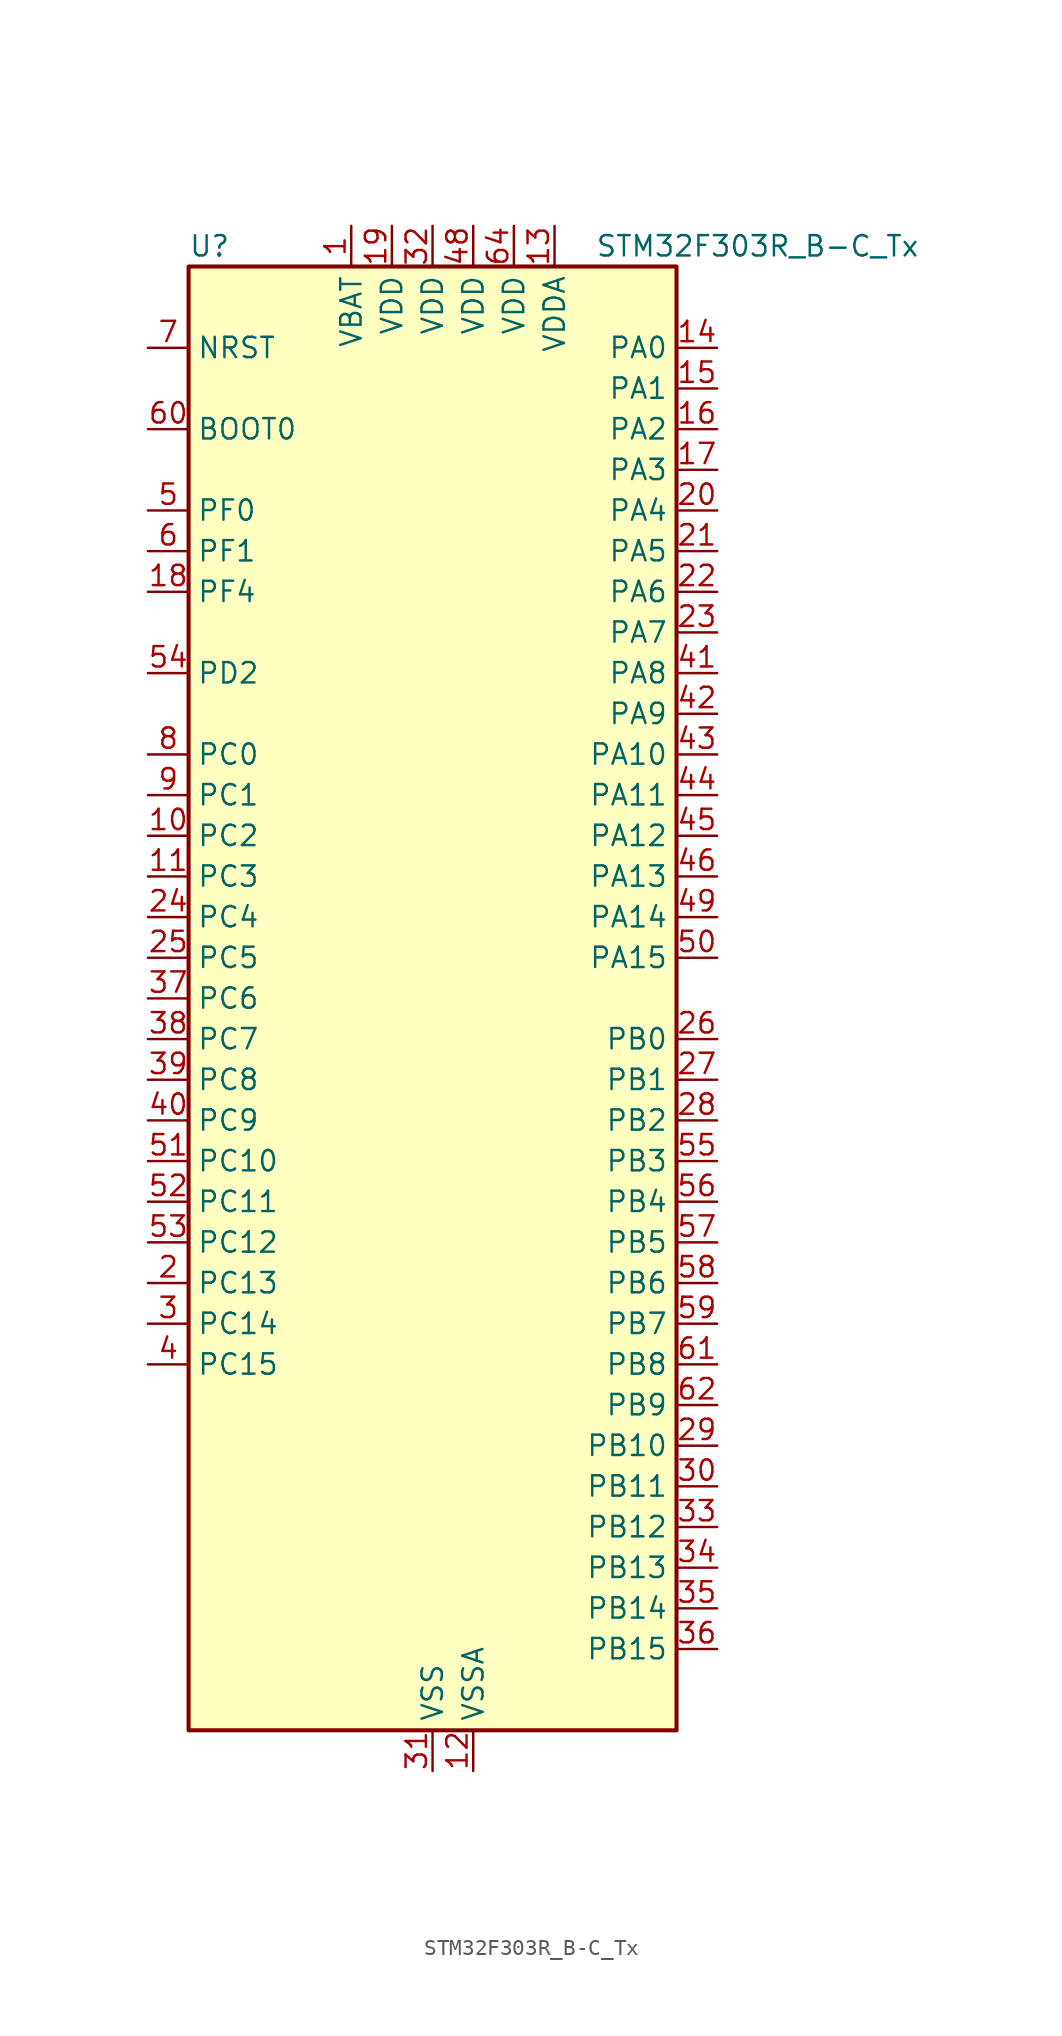
<source format=kicad_sym>
(kicad_symbol_lib
  (version 20241209)
  (generator "kicad_symbol_editor")
  (generator_version "9.0")
  (symbol "STM32F303R_B-C_Tx"
    (property "Reference" "U"
      (at -15.24 46.99 0)
      (effects (font (size 1.27 1.27)) (justify left)))
    (property "Value" "STM32F303R_B-C_Tx"
      (at 10.16 46.99 0)
      (effects (font (size 1.27 1.27)) (justify left)))
    (symbol "STM32F303R_B-C_Tx_0_1"
      (rectangle (start -15.24 -45.72) (end 15.24 45.72) (stroke (width 0.254) (type default)) (fill (type background))))
    (symbol "STM32F303R_B-C_Tx_1_1"
      (pin input line (at -17.78 40.64 0) (length 2.54) (name "NRST" (effects (font (size 1.27 1.27)))) (number "7" (effects (font (size 1.27 1.27)))))
      (pin input line (at -17.78 35.56 0) (length 2.54) (name "BOOT0" (effects (font (size 1.27 1.27)))) (number "60" (effects (font (size 1.27 1.27)))))
      (pin bidirectional line (at -17.78 30.48 0) (length 2.54) (name "PF0" (effects (font (size 1.27 1.27)))) (number "5" (effects (font (size 1.27 1.27)))) (alternate "I2C2_SDA" bidirectional line) (alternate "RCC_OSC_IN" bidirectional line) (alternate "TIM1_CH3N" bidirectional line))
      (pin bidirectional line (at -17.78 27.94 0) (length 2.54) (name "PF1" (effects (font (size 1.27 1.27)))) (number "6" (effects (font (size 1.27 1.27)))) (alternate "I2C2_SCL" bidirectional line) (alternate "RCC_OSC_OUT" bidirectional line))
      (pin bidirectional line (at -17.78 25.4 0) (length 2.54) (name "PF4" (effects (font (size 1.27 1.27)))) (number "18" (effects (font (size 1.27 1.27)))) (alternate "ADC1_IN5" bidirectional line) (alternate "COMP1_OUT" bidirectional line))
      (pin bidirectional line (at -17.78 20.32 0) (length 2.54) (name "PD2" (effects (font (size 1.27 1.27)))) (number "54" (effects (font (size 1.27 1.27)))) (alternate "ADC3_EXTI2" bidirectional line) (alternate "ADC4_EXTI2" bidirectional line) (alternate "TIM3_ETR" bidirectional line) (alternate "TIM8_BKIN" bidirectional line) (alternate "UART5_RX" bidirectional line))
      (pin bidirectional line (at -17.78 15.24 0) (length 2.54) (name "PC0" (effects (font (size 1.27 1.27)))) (number "8" (effects (font (size 1.27 1.27)))) (alternate "ADC1_IN6" bidirectional line) (alternate "ADC2_IN6" bidirectional line) (alternate "COMP7_INM" bidirectional line))
      (pin bidirectional line (at -17.78 12.7 0) (length 2.54) (name "PC1" (effects (font (size 1.27 1.27)))) (number "9" (effects (font (size 1.27 1.27)))) (alternate "ADC1_IN7" bidirectional line) (alternate "ADC2_IN7" bidirectional line) (alternate "COMP7_INP" bidirectional line))
      (pin bidirectional line (at -17.78 10.16 0) (length 2.54) (name "PC2" (effects (font (size 1.27 1.27)))) (number "10" (effects (font (size 1.27 1.27)))) (alternate "ADC1_IN8" bidirectional line) (alternate "ADC2_IN8" bidirectional line) (alternate "ADC3_EXTI2" bidirectional line) (alternate "ADC4_EXTI2" bidirectional line) (alternate "COMP7_OUT" bidirectional line))
      (pin bidirectional line (at -17.78 7.62 0) (length 2.54) (name "PC3" (effects (font (size 1.27 1.27)))) (number "11" (effects (font (size 1.27 1.27)))) (alternate "ADC1_IN9" bidirectional line) (alternate "ADC2_IN9" bidirectional line) (alternate "TIM1_BKIN2" bidirectional line))
      (pin bidirectional line (at -17.78 5.08 0) (length 2.54) (name "PC4" (effects (font (size 1.27 1.27)))) (number "24" (effects (font (size 1.27 1.27)))) (alternate "ADC2_IN5" bidirectional line) (alternate "USART1_TX" bidirectional line))
      (pin bidirectional line (at -17.78 2.54 0) (length 2.54) (name "PC5" (effects (font (size 1.27 1.27)))) (number "25" (effects (font (size 1.27 1.27)))) (alternate "ADC2_IN11" bidirectional line) (alternate "OPAMP1_VINM" bidirectional line) (alternate "OPAMP1_VINM_SEC" bidirectional line) (alternate "OPAMP2_VINM" bidirectional line) (alternate "OPAMP2_VINM_SEC" bidirectional line) (alternate "TSC_G3_IO1" bidirectional line) (alternate "USART1_RX" bidirectional line))
      (pin bidirectional line (at -17.78 0 0) (length 2.54) (name "PC6" (effects (font (size 1.27 1.27)))) (number "37" (effects (font (size 1.27 1.27)))) (alternate "COMP6_OUT" bidirectional line) (alternate "I2S2_MCK" bidirectional line) (alternate "TIM3_CH1" bidirectional line) (alternate "TIM8_CH1" bidirectional line))
      (pin bidirectional line (at -17.78 -2.54 0) (length 2.54) (name "PC7" (effects (font (size 1.27 1.27)))) (number "38" (effects (font (size 1.27 1.27)))) (alternate "COMP5_OUT" bidirectional line) (alternate "I2S3_MCK" bidirectional line) (alternate "TIM3_CH2" bidirectional line) (alternate "TIM8_CH2" bidirectional line))
      (pin bidirectional line (at -17.78 -5.08 0) (length 2.54) (name "PC8" (effects (font (size 1.27 1.27)))) (number "39" (effects (font (size 1.27 1.27)))) (alternate "COMP3_OUT" bidirectional line) (alternate "TIM3_CH3" bidirectional line) (alternate "TIM8_CH3" bidirectional line))
      (pin bidirectional line (at -17.78 -7.62 0) (length 2.54) (name "PC9" (effects (font (size 1.27 1.27)))) (number "40" (effects (font (size 1.27 1.27)))) (alternate "DAC_EXTI9" bidirectional line) (alternate "I2S_CKIN" bidirectional line) (alternate "TIM3_CH4" bidirectional line) (alternate "TIM8_BKIN2" bidirectional line) (alternate "TIM8_CH4" bidirectional line))
      (pin bidirectional line (at -17.78 -10.16 0) (length 2.54) (name "PC10" (effects (font (size 1.27 1.27)))) (number "51" (effects (font (size 1.27 1.27)))) (alternate "I2S3_CK" bidirectional line) (alternate "SPI3_SCK" bidirectional line) (alternate "TIM8_CH1N" bidirectional line) (alternate "UART4_TX" bidirectional line) (alternate "USART3_TX" bidirectional line))
      (pin bidirectional line (at -17.78 -12.7 0) (length 2.54) (name "PC11" (effects (font (size 1.27 1.27)))) (number "52" (effects (font (size 1.27 1.27)))) (alternate "ADC1_EXTI11" bidirectional line) (alternate "ADC2_EXTI11" bidirectional line) (alternate "I2S3_ext_SD" bidirectional line) (alternate "SPI3_MISO" bidirectional line) (alternate "TIM8_CH2N" bidirectional line) (alternate "UART4_RX" bidirectional line) (alternate "USART3_RX" bidirectional line))
      (pin bidirectional line (at -17.78 -15.24 0) (length 2.54) (name "PC12" (effects (font (size 1.27 1.27)))) (number "53" (effects (font (size 1.27 1.27)))) (alternate "I2S3_SD" bidirectional line) (alternate "SPI3_MOSI" bidirectional line) (alternate "TIM8_CH3N" bidirectional line) (alternate "UART5_TX" bidirectional line) (alternate "USART3_CK" bidirectional line))
      (pin bidirectional line (at -17.78 -17.78 0) (length 2.54) (name "PC13" (effects (font (size 1.27 1.27)))) (number "2" (effects (font (size 1.27 1.27)))) (alternate "RTC_OUT_ALARM" bidirectional line) (alternate "RTC_OUT_CALIB" bidirectional line) (alternate "RTC_TAMP1" bidirectional line) (alternate "RTC_TS" bidirectional line) (alternate "SYS_WKUP2" bidirectional line) (alternate "TIM1_CH1N" bidirectional line))
      (pin bidirectional line (at -17.78 -20.32 0) (length 2.54) (name "PC14" (effects (font (size 1.27 1.27)))) (number "3" (effects (font (size 1.27 1.27)))) (alternate "RCC_OSC32_IN" bidirectional line))
      (pin bidirectional line (at -17.78 -22.86 0) (length 2.54) (name "PC15" (effects (font (size 1.27 1.27)))) (number "4" (effects (font (size 1.27 1.27)))) (alternate "ADC1_EXTI15" bidirectional line) (alternate "ADC2_EXTI15" bidirectional line) (alternate "RCC_OSC32_OUT" bidirectional line))
      (pin power_in line (at -5.08 48.26 270) (length 2.54) (name "VBAT" (effects (font (size 1.27 1.27)))) (number "1" (effects (font (size 1.27 1.27)))))
      (pin power_in line (at -2.54 48.26 270) (length 2.54) (name "VDD" (effects (font (size 1.27 1.27)))) (number "19" (effects (font (size 1.27 1.27)))))
      (pin power_in line (at 0 48.26 270) (length 2.54) (name "VDD" (effects (font (size 1.27 1.27)))) (number "32" (effects (font (size 1.27 1.27)))))
      (pin power_in line (at 0 -48.26 90) (length 2.54) (name "VSS" (effects (font (size 1.27 1.27)))) (number "31" (effects (font (size 1.27 1.27)))))
      (pin passive line (at 0 -48.26 90) (length 2.54) (hide yes) (name "VSS" (effects (font (size 1.27 1.27)))) (number "47" (effects (font (size 1.27 1.27)))))
      (pin passive line (at 0 -48.26 90) (length 2.54) (hide yes) (name "VSS" (effects (font (size 1.27 1.27)))) (number "63" (effects (font (size 1.27 1.27)))))
      (pin power_in line (at 2.54 48.26 270) (length 2.54) (name "VDD" (effects (font (size 1.27 1.27)))) (number "48" (effects (font (size 1.27 1.27)))))
      (pin power_in line (at 2.54 -48.26 90) (length 2.54) (name "VSSA" (effects (font (size 1.27 1.27)))) (number "12" (effects (font (size 1.27 1.27)))))
      (pin power_in line (at 5.08 48.26 270) (length 2.54) (name "VDD" (effects (font (size 1.27 1.27)))) (number "64" (effects (font (size 1.27 1.27)))))
      (pin power_in line (at 7.62 48.26 270) (length 2.54) (name "VDDA" (effects (font (size 1.27 1.27)))) (number "13" (effects (font (size 1.27 1.27)))))
      (pin bidirectional line (at 17.78 40.64 180) (length 2.54) (name "PA0" (effects (font (size 1.27 1.27)))) (number "14" (effects (font (size 1.27 1.27)))) (alternate "ADC1_IN1" bidirectional line) (alternate "COMP1_INM" bidirectional line) (alternate "COMP1_OUT" bidirectional line) (alternate "COMP7_INP" bidirectional line) (alternate "RTC_TAMP2" bidirectional line) (alternate "SYS_WKUP1" bidirectional line) (alternate "TIM2_CH1" bidirectional line) (alternate "TIM2_ETR" bidirectional line) (alternate "TIM8_BKIN" bidirectional line) (alternate "TIM8_ETR" bidirectional line) (alternate "TSC_G1_IO1" bidirectional line) (alternate "USART2_CTS" bidirectional line))
      (pin bidirectional line (at 17.78 38.1 180) (length 2.54) (name "PA1" (effects (font (size 1.27 1.27)))) (number "15" (effects (font (size 1.27 1.27)))) (alternate "ADC1_IN2" bidirectional line) (alternate "COMP1_INP" bidirectional line) (alternate "OPAMP1_VINP" bidirectional line) (alternate "OPAMP1_VINP_SEC" bidirectional line) (alternate "OPAMP3_VINP" bidirectional line) (alternate "OPAMP3_VINP_SEC" bidirectional line) (alternate "RTC_REFIN" bidirectional line) (alternate "TIM15_CH1N" bidirectional line) (alternate "TIM2_CH2" bidirectional line) (alternate "TSC_G1_IO2" bidirectional line) (alternate "USART2_DE" bidirectional line) (alternate "USART2_RTS" bidirectional line))
      (pin bidirectional line (at 17.78 35.56 180) (length 2.54) (name "PA2" (effects (font (size 1.27 1.27)))) (number "16" (effects (font (size 1.27 1.27)))) (alternate "ADC1_IN3" bidirectional line) (alternate "ADC3_EXTI2" bidirectional line) (alternate "ADC4_EXTI2" bidirectional line) (alternate "COMP2_INM" bidirectional line) (alternate "COMP2_OUT" bidirectional line) (alternate "OPAMP1_VOUT" bidirectional line) (alternate "TIM15_CH1" bidirectional line) (alternate "TIM2_CH3" bidirectional line) (alternate "TSC_G1_IO3" bidirectional line) (alternate "USART2_TX" bidirectional line))
      (pin bidirectional line (at 17.78 33.02 180) (length 2.54) (name "PA3" (effects (font (size 1.27 1.27)))) (number "17" (effects (font (size 1.27 1.27)))) (alternate "ADC1_IN4" bidirectional line) (alternate "COMP2_INP" bidirectional line) (alternate "OPAMP1_VINM" bidirectional line) (alternate "OPAMP1_VINM_SEC" bidirectional line) (alternate "OPAMP1_VINP" bidirectional line) (alternate "OPAMP1_VINP_SEC" bidirectional line) (alternate "TIM15_CH2" bidirectional line) (alternate "TIM2_CH4" bidirectional line) (alternate "TSC_G1_IO4" bidirectional line) (alternate "USART2_RX" bidirectional line))
      (pin bidirectional line (at 17.78 30.48 180) (length 2.54) (name "PA4" (effects (font (size 1.27 1.27)))) (number "20" (effects (font (size 1.27 1.27)))) (alternate "ADC2_IN1" bidirectional line) (alternate "COMP1_INM" bidirectional line) (alternate "COMP2_INM" bidirectional line) (alternate "COMP3_INM" bidirectional line) (alternate "COMP4_INM" bidirectional line) (alternate "COMP5_INM" bidirectional line) (alternate "COMP6_INM" bidirectional line) (alternate "COMP7_INM" bidirectional line) (alternate "DAC_OUT1" bidirectional line) (alternate "I2S3_WS" bidirectional line) (alternate "OPAMP4_VINP" bidirectional line) (alternate "OPAMP4_VINP_SEC" bidirectional line) (alternate "SPI1_NSS" bidirectional line) (alternate "SPI3_NSS" bidirectional line) (alternate "TIM3_CH2" bidirectional line) (alternate "TSC_G2_IO1" bidirectional line) (alternate "USART2_CK" bidirectional line))
      (pin bidirectional line (at 17.78 27.94 180) (length 2.54) (name "PA5" (effects (font (size 1.27 1.27)))) (number "21" (effects (font (size 1.27 1.27)))) (alternate "ADC2_IN2" bidirectional line) (alternate "COMP1_INM" bidirectional line) (alternate "COMP2_INM" bidirectional line) (alternate "COMP3_INM" bidirectional line) (alternate "COMP4_INM" bidirectional line) (alternate "COMP5_INM" bidirectional line) (alternate "COMP6_INM" bidirectional line) (alternate "COMP7_INM" bidirectional line) (alternate "DAC_OUT2" bidirectional line) (alternate "OPAMP1_VINP" bidirectional line) (alternate "OPAMP1_VINP_SEC" bidirectional line) (alternate "OPAMP2_VINM" bidirectional line) (alternate "OPAMP2_VINM_SEC" bidirectional line) (alternate "OPAMP3_VINP" bidirectional line) (alternate "OPAMP3_VINP_SEC" bidirectional line) (alternate "SPI1_SCK" bidirectional line) (alternate "TIM2_CH1" bidirectional line) (alternate "TIM2_ETR" bidirectional line) (alternate "TSC_G2_IO2" bidirectional line))
      (pin bidirectional line (at 17.78 25.4 180) (length 2.54) (name "PA6" (effects (font (size 1.27 1.27)))) (number "22" (effects (font (size 1.27 1.27)))) (alternate "ADC2_IN3" bidirectional line) (alternate "COMP1_OUT" bidirectional line) (alternate "OPAMP2_VOUT" bidirectional line) (alternate "SPI1_MISO" bidirectional line) (alternate "TIM16_CH1" bidirectional line) (alternate "TIM1_BKIN" bidirectional line) (alternate "TIM3_CH1" bidirectional line) (alternate "TIM8_BKIN" bidirectional line) (alternate "TSC_G2_IO3" bidirectional line))
      (pin bidirectional line (at 17.78 22.86 180) (length 2.54) (name "PA7" (effects (font (size 1.27 1.27)))) (number "23" (effects (font (size 1.27 1.27)))) (alternate "ADC2_IN4" bidirectional line) (alternate "COMP2_INP" bidirectional line) (alternate "COMP2_OUT" bidirectional line) (alternate "OPAMP1_VINP" bidirectional line) (alternate "OPAMP1_VINP_SEC" bidirectional line) (alternate "OPAMP2_VINP" bidirectional line) (alternate "OPAMP2_VINP_SEC" bidirectional line) (alternate "SPI1_MOSI" bidirectional line) (alternate "TIM17_CH1" bidirectional line) (alternate "TIM1_CH1N" bidirectional line) (alternate "TIM3_CH2" bidirectional line) (alternate "TIM8_CH1N" bidirectional line) (alternate "TSC_G2_IO4" bidirectional line))
      (pin bidirectional line (at 17.78 20.32 180) (length 2.54) (name "PA8" (effects (font (size 1.27 1.27)))) (number "41" (effects (font (size 1.27 1.27)))) (alternate "COMP3_OUT" bidirectional line) (alternate "I2C2_SMBA" bidirectional line) (alternate "I2S2_MCK" bidirectional line) (alternate "RCC_MCO" bidirectional line) (alternate "TIM1_CH1" bidirectional line) (alternate "TIM4_ETR" bidirectional line) (alternate "USART1_CK" bidirectional line))
      (pin bidirectional line (at 17.78 17.78 180) (length 2.54) (name "PA9" (effects (font (size 1.27 1.27)))) (number "42" (effects (font (size 1.27 1.27)))) (alternate "COMP5_OUT" bidirectional line) (alternate "DAC_EXTI9" bidirectional line) (alternate "I2C2_SCL" bidirectional line) (alternate "I2S3_MCK" bidirectional line) (alternate "TIM15_BKIN" bidirectional line) (alternate "TIM1_CH2" bidirectional line) (alternate "TIM2_CH3" bidirectional line) (alternate "TSC_G4_IO1" bidirectional line) (alternate "USART1_TX" bidirectional line))
      (pin bidirectional line (at 17.78 15.24 180) (length 2.54) (name "PA10" (effects (font (size 1.27 1.27)))) (number "43" (effects (font (size 1.27 1.27)))) (alternate "COMP6_OUT" bidirectional line) (alternate "I2C2_SDA" bidirectional line) (alternate "TIM17_BKIN" bidirectional line) (alternate "TIM1_CH3" bidirectional line) (alternate "TIM2_CH4" bidirectional line) (alternate "TIM8_BKIN" bidirectional line) (alternate "TSC_G4_IO2" bidirectional line) (alternate "USART1_RX" bidirectional line))
      (pin bidirectional line (at 17.78 12.7 180) (length 2.54) (name "PA11" (effects (font (size 1.27 1.27)))) (number "44" (effects (font (size 1.27 1.27)))) (alternate "ADC1_EXTI11" bidirectional line) (alternate "ADC2_EXTI11" bidirectional line) (alternate "CAN_RX" bidirectional line) (alternate "COMP1_OUT" bidirectional line) (alternate "TIM1_BKIN2" bidirectional line) (alternate "TIM1_CH1N" bidirectional line) (alternate "TIM1_CH4" bidirectional line) (alternate "TIM4_CH1" bidirectional line) (alternate "USART1_CTS" bidirectional line) (alternate "USB_DM" bidirectional line))
      (pin bidirectional line (at 17.78 10.16 180) (length 2.54) (name "PA12" (effects (font (size 1.27 1.27)))) (number "45" (effects (font (size 1.27 1.27)))) (alternate "CAN_TX" bidirectional line) (alternate "COMP2_OUT" bidirectional line) (alternate "TIM16_CH1" bidirectional line) (alternate "TIM1_CH2N" bidirectional line) (alternate "TIM1_ETR" bidirectional line) (alternate "TIM4_CH2" bidirectional line) (alternate "USART1_DE" bidirectional line) (alternate "USART1_RTS" bidirectional line) (alternate "USB_DP" bidirectional line))
      (pin bidirectional line (at 17.78 7.62 180) (length 2.54) (name "PA13" (effects (font (size 1.27 1.27)))) (number "46" (effects (font (size 1.27 1.27)))) (alternate "IR_OUT" bidirectional line) (alternate "SYS_JTMS-SWDIO" bidirectional line) (alternate "TIM16_CH1N" bidirectional line) (alternate "TIM4_CH3" bidirectional line) (alternate "TSC_G4_IO3" bidirectional line) (alternate "USART3_CTS" bidirectional line))
      (pin bidirectional line (at 17.78 5.08 180) (length 2.54) (name "PA14" (effects (font (size 1.27 1.27)))) (number "49" (effects (font (size 1.27 1.27)))) (alternate "I2C1_SDA" bidirectional line) (alternate "SYS_JTCK-SWCLK" bidirectional line) (alternate "TIM1_BKIN" bidirectional line) (alternate "TIM8_CH2" bidirectional line) (alternate "TSC_G4_IO4" bidirectional line) (alternate "USART2_TX" bidirectional line))
      (pin bidirectional line (at 17.78 2.54 180) (length 2.54) (name "PA15" (effects (font (size 1.27 1.27)))) (number "50" (effects (font (size 1.27 1.27)))) (alternate "ADC1_EXTI15" bidirectional line) (alternate "ADC2_EXTI15" bidirectional line) (alternate "I2C1_SCL" bidirectional line) (alternate "I2S3_WS" bidirectional line) (alternate "SPI1_NSS" bidirectional line) (alternate "SPI3_NSS" bidirectional line) (alternate "SYS_JTDI" bidirectional line) (alternate "TIM1_BKIN" bidirectional line) (alternate "TIM2_CH1" bidirectional line) (alternate "TIM2_ETR" bidirectional line) (alternate "TIM8_CH1" bidirectional line) (alternate "USART2_RX" bidirectional line))
      (pin bidirectional line (at 17.78 -2.54 180) (length 2.54) (name "PB0" (effects (font (size 1.27 1.27)))) (number "26" (effects (font (size 1.27 1.27)))) (alternate "ADC3_IN12" bidirectional line) (alternate "COMP4_INP" bidirectional line) (alternate "OPAMP2_VINP" bidirectional line) (alternate "OPAMP2_VINP_SEC" bidirectional line) (alternate "OPAMP3_VINP" bidirectional line) (alternate "OPAMP3_VINP_SEC" bidirectional line) (alternate "TIM1_CH2N" bidirectional line) (alternate "TIM3_CH3" bidirectional line) (alternate "TIM8_CH2N" bidirectional line) (alternate "TSC_G3_IO2" bidirectional line))
      (pin bidirectional line (at 17.78 -5.08 180) (length 2.54) (name "PB1" (effects (font (size 1.27 1.27)))) (number "27" (effects (font (size 1.27 1.27)))) (alternate "ADC3_IN1" bidirectional line) (alternate "COMP4_OUT" bidirectional line) (alternate "OPAMP3_VOUT" bidirectional line) (alternate "TIM1_CH3N" bidirectional line) (alternate "TIM3_CH4" bidirectional line) (alternate "TIM8_CH3N" bidirectional line) (alternate "TSC_G3_IO3" bidirectional line))
      (pin bidirectional line (at 17.78 -7.62 180) (length 2.54) (name "PB2" (effects (font (size 1.27 1.27)))) (number "28" (effects (font (size 1.27 1.27)))) (alternate "ADC2_IN12" bidirectional line) (alternate "ADC3_EXTI2" bidirectional line) (alternate "ADC4_EXTI2" bidirectional line) (alternate "COMP4_INM" bidirectional line) (alternate "OPAMP3_VINM" bidirectional line) (alternate "OPAMP3_VINM_SEC" bidirectional line) (alternate "TSC_G3_IO4" bidirectional line))
      (pin bidirectional line (at 17.78 -10.16 180) (length 2.54) (name "PB3" (effects (font (size 1.27 1.27)))) (number "55" (effects (font (size 1.27 1.27)))) (alternate "I2S3_CK" bidirectional line) (alternate "SPI1_SCK" bidirectional line) (alternate "SPI3_SCK" bidirectional line) (alternate "SYS_JTDO-TRACESWO" bidirectional line) (alternate "TIM2_CH2" bidirectional line) (alternate "TIM3_ETR" bidirectional line) (alternate "TIM4_ETR" bidirectional line) (alternate "TIM8_CH1N" bidirectional line) (alternate "TSC_G5_IO1" bidirectional line) (alternate "USART2_TX" bidirectional line))
      (pin bidirectional line (at 17.78 -12.7 180) (length 2.54) (name "PB4" (effects (font (size 1.27 1.27)))) (number "56" (effects (font (size 1.27 1.27)))) (alternate "I2S3_ext_SD" bidirectional line) (alternate "SPI1_MISO" bidirectional line) (alternate "SPI3_MISO" bidirectional line) (alternate "SYS_NJTRST" bidirectional line) (alternate "TIM16_CH1" bidirectional line) (alternate "TIM17_BKIN" bidirectional line) (alternate "TIM3_CH1" bidirectional line) (alternate "TIM8_CH2N" bidirectional line) (alternate "TSC_G5_IO2" bidirectional line) (alternate "USART2_RX" bidirectional line))
      (pin bidirectional line (at 17.78 -15.24 180) (length 2.54) (name "PB5" (effects (font (size 1.27 1.27)))) (number "57" (effects (font (size 1.27 1.27)))) (alternate "I2C1_SMBA" bidirectional line) (alternate "I2S3_SD" bidirectional line) (alternate "SPI1_MOSI" bidirectional line) (alternate "SPI3_MOSI" bidirectional line) (alternate "TIM16_BKIN" bidirectional line) (alternate "TIM17_CH1" bidirectional line) (alternate "TIM3_CH2" bidirectional line) (alternate "TIM8_CH3N" bidirectional line) (alternate "USART2_CK" bidirectional line))
      (pin bidirectional line (at 17.78 -17.78 180) (length 2.54) (name "PB6" (effects (font (size 1.27 1.27)))) (number "58" (effects (font (size 1.27 1.27)))) (alternate "I2C1_SCL" bidirectional line) (alternate "TIM16_CH1N" bidirectional line) (alternate "TIM4_CH1" bidirectional line) (alternate "TIM8_BKIN2" bidirectional line) (alternate "TIM8_CH1" bidirectional line) (alternate "TIM8_ETR" bidirectional line) (alternate "TSC_G5_IO3" bidirectional line) (alternate "USART1_TX" bidirectional line))
      (pin bidirectional line (at 17.78 -20.32 180) (length 2.54) (name "PB7" (effects (font (size 1.27 1.27)))) (number "59" (effects (font (size 1.27 1.27)))) (alternate "I2C1_SDA" bidirectional line) (alternate "TIM17_CH1N" bidirectional line) (alternate "TIM3_CH4" bidirectional line) (alternate "TIM4_CH2" bidirectional line) (alternate "TIM8_BKIN" bidirectional line) (alternate "TSC_G5_IO4" bidirectional line) (alternate "USART1_RX" bidirectional line))
      (pin bidirectional line (at 17.78 -22.86 180) (length 2.54) (name "PB8" (effects (font (size 1.27 1.27)))) (number "61" (effects (font (size 1.27 1.27)))) (alternate "CAN_RX" bidirectional line) (alternate "COMP1_OUT" bidirectional line) (alternate "I2C1_SCL" bidirectional line) (alternate "TIM16_CH1" bidirectional line) (alternate "TIM1_BKIN" bidirectional line) (alternate "TIM4_CH3" bidirectional line) (alternate "TIM8_CH2" bidirectional line) (alternate "TSC_SYNC" bidirectional line))
      (pin bidirectional line (at 17.78 -25.4 180) (length 2.54) (name "PB9" (effects (font (size 1.27 1.27)))) (number "62" (effects (font (size 1.27 1.27)))) (alternate "CAN_TX" bidirectional line) (alternate "COMP2_OUT" bidirectional line) (alternate "DAC_EXTI9" bidirectional line) (alternate "I2C1_SDA" bidirectional line) (alternate "IR_OUT" bidirectional line) (alternate "TIM17_CH1" bidirectional line) (alternate "TIM4_CH4" bidirectional line) (alternate "TIM8_CH3" bidirectional line))
      (pin bidirectional line (at 17.78 -27.94 180) (length 2.54) (name "PB10" (effects (font (size 1.27 1.27)))) (number "29" (effects (font (size 1.27 1.27)))) (alternate "COMP5_INM" bidirectional line) (alternate "OPAMP3_VINM" bidirectional line) (alternate "OPAMP3_VINM_SEC" bidirectional line) (alternate "OPAMP4_VINM" bidirectional line) (alternate "OPAMP4_VINM_SEC" bidirectional line) (alternate "TIM2_CH3" bidirectional line) (alternate "TSC_SYNC" bidirectional line) (alternate "USART3_TX" bidirectional line))
      (pin bidirectional line (at 17.78 -30.48 180) (length 2.54) (name "PB11" (effects (font (size 1.27 1.27)))) (number "30" (effects (font (size 1.27 1.27)))) (alternate "ADC1_EXTI11" bidirectional line) (alternate "ADC2_EXTI11" bidirectional line) (alternate "COMP6_INP" bidirectional line) (alternate "OPAMP4_VINP" bidirectional line) (alternate "OPAMP4_VINP_SEC" bidirectional line) (alternate "TIM2_CH4" bidirectional line) (alternate "TSC_G6_IO1" bidirectional line) (alternate "USART3_RX" bidirectional line))
      (pin bidirectional line (at 17.78 -33.02 180) (length 2.54) (name "PB12" (effects (font (size 1.27 1.27)))) (number "33" (effects (font (size 1.27 1.27)))) (alternate "ADC4_IN3" bidirectional line) (alternate "COMP3_INM" bidirectional line) (alternate "I2C2_SMBA" bidirectional line) (alternate "I2S2_WS" bidirectional line) (alternate "OPAMP4_VOUT" bidirectional line) (alternate "SPI2_NSS" bidirectional line) (alternate "TIM1_BKIN" bidirectional line) (alternate "TSC_G6_IO2" bidirectional line) (alternate "USART3_CK" bidirectional line))
      (pin bidirectional line (at 17.78 -35.56 180) (length 2.54) (name "PB13" (effects (font (size 1.27 1.27)))) (number "34" (effects (font (size 1.27 1.27)))) (alternate "ADC3_IN5" bidirectional line) (alternate "COMP5_INP" bidirectional line) (alternate "I2S2_CK" bidirectional line) (alternate "OPAMP3_VINP" bidirectional line) (alternate "OPAMP3_VINP_SEC" bidirectional line) (alternate "OPAMP4_VINP" bidirectional line) (alternate "OPAMP4_VINP_SEC" bidirectional line) (alternate "SPI2_SCK" bidirectional line) (alternate "TIM1_CH1N" bidirectional line) (alternate "TSC_G6_IO3" bidirectional line) (alternate "USART3_CTS" bidirectional line))
      (pin bidirectional line (at 17.78 -38.1 180) (length 2.54) (name "PB14" (effects (font (size 1.27 1.27)))) (number "35" (effects (font (size 1.27 1.27)))) (alternate "ADC4_IN4" bidirectional line) (alternate "COMP3_INP" bidirectional line) (alternate "I2S2_ext_SD" bidirectional line) (alternate "OPAMP2_VINP" bidirectional line) (alternate "OPAMP2_VINP_SEC" bidirectional line) (alternate "SPI2_MISO" bidirectional line) (alternate "TIM15_CH1" bidirectional line) (alternate "TIM1_CH2N" bidirectional line) (alternate "TSC_G6_IO4" bidirectional line) (alternate "USART3_DE" bidirectional line) (alternate "USART3_RTS" bidirectional line))
      (pin bidirectional line (at 17.78 -40.64 180) (length 2.54) (name "PB15" (effects (font (size 1.27 1.27)))) (number "36" (effects (font (size 1.27 1.27)))) (alternate "ADC1_EXTI15" bidirectional line) (alternate "ADC2_EXTI15" bidirectional line) (alternate "ADC4_IN5" bidirectional line) (alternate "COMP6_INM" bidirectional line) (alternate "I2S2_SD" bidirectional line) (alternate "RTC_REFIN" bidirectional line) (alternate "SPI2_MOSI" bidirectional line) (alternate "TIM15_CH1N" bidirectional line) (alternate "TIM15_CH2" bidirectional line) (alternate "TIM1_CH3N" bidirectional line)))))
</source>
